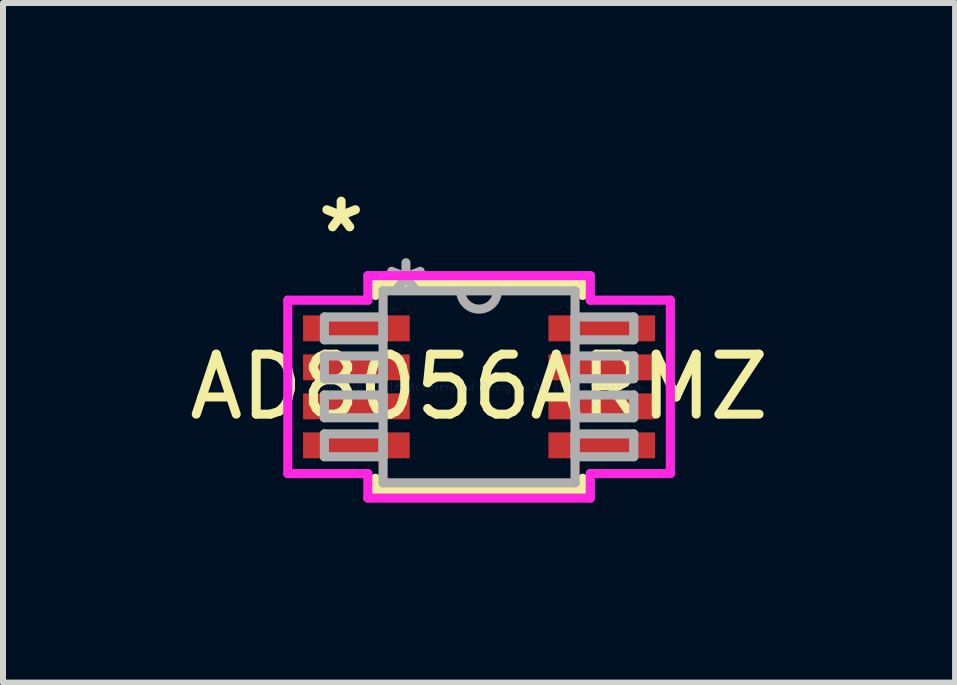
<source format=kicad_pcb>
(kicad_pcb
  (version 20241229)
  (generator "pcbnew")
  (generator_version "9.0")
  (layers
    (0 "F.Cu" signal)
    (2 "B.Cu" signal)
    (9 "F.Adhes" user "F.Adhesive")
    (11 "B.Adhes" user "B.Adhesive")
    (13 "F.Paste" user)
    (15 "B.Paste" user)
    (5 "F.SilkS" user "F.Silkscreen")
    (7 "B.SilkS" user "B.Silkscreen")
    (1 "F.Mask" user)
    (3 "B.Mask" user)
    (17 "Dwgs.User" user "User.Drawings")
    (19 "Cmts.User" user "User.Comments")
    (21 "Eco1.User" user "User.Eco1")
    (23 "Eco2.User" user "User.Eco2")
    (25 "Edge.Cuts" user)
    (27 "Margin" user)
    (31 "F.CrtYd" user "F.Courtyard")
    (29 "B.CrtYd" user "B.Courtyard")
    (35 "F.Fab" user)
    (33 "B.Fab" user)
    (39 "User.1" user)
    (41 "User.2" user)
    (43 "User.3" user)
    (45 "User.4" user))
  (footprint "AD8056ARMZ"
    (layer "F.Cu")
    (at 4.935 3.398)
    (property "Reference" "AD8056ARMZ" (at 0 0 0) (layer "F.SilkS") (effects (font (size 1 1) (thickness 0.15))))
    (attr through_hole)
    (fp_line (start -1.727 -1.727) (end -1.727 -1.524) (stroke (width 0.152) (type solid)) (layer "F.SilkS"))
    (fp_line (start -1.727 1.524) (end -1.727 1.727) (stroke (width 0.152) (type solid)) (layer "F.SilkS"))
    (fp_line (start -1.727 1.727) (end 1.727 1.727) (stroke (width 0.152) (type solid)) (layer "F.SilkS"))
    (fp_line (start 1.727 -1.727) (end -1.727 -1.727) (stroke (width 0.152) (type solid)) (layer "F.SilkS"))
    (fp_line (start 1.727 -1.524) (end 1.727 -1.727) (stroke (width 0.152) (type solid)) (layer "F.SilkS"))
    (fp_line (start 1.727 1.727) (end 1.727 1.524) (stroke (width 0.152) (type solid)) (layer "F.SilkS"))
    (fp_line (start -3.188 -1.445) (end -1.854 -1.445) (stroke (width 0.152) (type solid)) (layer "F.CrtYd"))
    (fp_line (start -3.188 1.445) (end -3.188 -1.445) (stroke (width 0.152) (type solid)) (layer "F.CrtYd"))
    (fp_line (start -1.854 -1.854) (end 1.854 -1.854) (stroke (width 0.152) (type solid)) (layer "F.CrtYd"))
    (fp_line (start -1.854 -1.445) (end -1.854 -1.854) (stroke (width 0.152) (type solid)) (layer "F.CrtYd"))
    (fp_line (start -1.854 1.445) (end -3.188 1.445) (stroke (width 0.152) (type solid)) (layer "F.CrtYd"))
    (fp_line (start -1.854 1.854) (end -1.854 1.445) (stroke (width 0.152) (type solid)) (layer "F.CrtYd"))
    (fp_line (start 1.854 -1.854) (end 1.854 -1.445) (stroke (width 0.152) (type solid)) (layer "F.CrtYd"))
    (fp_line (start 1.854 -1.445) (end 3.188 -1.445) (stroke (width 0.152) (type solid)) (layer "F.CrtYd"))
    (fp_line (start 1.854 1.445) (end 1.854 1.854) (stroke (width 0.152) (type solid)) (layer "F.CrtYd"))
    (fp_line (start 1.854 1.854) (end -1.854 1.854) (stroke (width 0.152) (type solid)) (layer "F.CrtYd"))
    (fp_line (start 3.188 -1.445) (end 3.188 1.445) (stroke (width 0.152) (type solid)) (layer "F.CrtYd"))
    (fp_line (start 3.188 1.445) (end 1.854 1.445) (stroke (width 0.152) (type solid)) (layer "F.CrtYd"))
    (fp_line (start -2.578 -1.165) (end -2.578 -0.784) (stroke (width 0.152) (type solid)) (layer "F.Fab"))
    (fp_line (start -2.578 -0.784) (end -1.6 -0.784) (stroke (width 0.152) (type solid)) (layer "F.Fab"))
    (fp_line (start -2.578 -0.515) (end -2.578 -0.135) (stroke (width 0.152) (type solid)) (layer "F.Fab"))
    (fp_line (start -2.578 -0.135) (end -1.6 -0.135) (stroke (width 0.152) (type solid)) (layer "F.Fab"))
    (fp_line (start -2.578 0.135) (end -2.578 0.515) (stroke (width 0.152) (type solid)) (layer "F.Fab"))
    (fp_line (start -2.578 0.515) (end -1.6 0.515) (stroke (width 0.152) (type solid)) (layer "F.Fab"))
    (fp_line (start -2.578 0.784) (end -2.578 1.165) (stroke (width 0.152) (type solid)) (layer "F.Fab"))
    (fp_line (start -2.578 1.165) (end -1.6 1.165) (stroke (width 0.152) (type solid)) (layer "F.Fab"))
    (fp_line (start -1.6 -1.6) (end -1.6 1.6) (stroke (width 0.152) (type solid)) (layer "F.Fab"))
    (fp_line (start -1.6 -1.165) (end -2.578 -1.165) (stroke (width 0.152) (type solid)) (layer "F.Fab"))
    (fp_line (start -1.6 -0.784) (end -1.6 -1.165) (stroke (width 0.152) (type solid)) (layer "F.Fab"))
    (fp_line (start -1.6 -0.515) (end -2.578 -0.515) (stroke (width 0.152) (type solid)) (layer "F.Fab"))
    (fp_line (start -1.6 -0.135) (end -1.6 -0.515) (stroke (width 0.152) (type solid)) (layer "F.Fab"))
    (fp_line (start -1.6 0.135) (end -2.578 0.135) (stroke (width 0.152) (type solid)) (layer "F.Fab"))
    (fp_line (start -1.6 0.515) (end -1.6 0.135) (stroke (width 0.152) (type solid)) (layer "F.Fab"))
    (fp_line (start -1.6 0.784) (end -2.578 0.784) (stroke (width 0.152) (type solid)) (layer "F.Fab"))
    (fp_line (start -1.6 1.165) (end -1.6 0.784) (stroke (width 0.152) (type solid)) (layer "F.Fab"))
    (fp_line (start -1.6 1.6) (end 1.6 1.6) (stroke (width 0.152) (type solid)) (layer "F.Fab"))
    (fp_line (start 1.6 -1.6) (end -1.6 -1.6) (stroke (width 0.152) (type solid)) (layer "F.Fab"))
    (fp_line (start 1.6 -1.165) (end 1.6 -0.784) (stroke (width 0.152) (type solid)) (layer "F.Fab"))
    (fp_line (start 1.6 -0.784) (end 2.578 -0.784) (stroke (width 0.152) (type solid)) (layer "F.Fab"))
    (fp_line (start 1.6 -0.515) (end 1.6 -0.135) (stroke (width 0.152) (type solid)) (layer "F.Fab"))
    (fp_line (start 1.6 -0.135) (end 2.578 -0.135) (stroke (width 0.152) (type solid)) (layer "F.Fab"))
    (fp_line (start 1.6 0.135) (end 1.6 0.515) (stroke (width 0.152) (type solid)) (layer "F.Fab"))
    (fp_line (start 1.6 0.515) (end 2.578 0.515) (stroke (width 0.152) (type solid)) (layer "F.Fab"))
    (fp_line (start 1.6 0.784) (end 1.6 1.165) (stroke (width 0.152) (type solid)) (layer "F.Fab"))
    (fp_line (start 1.6 1.165) (end 2.578 1.165) (stroke (width 0.152) (type solid)) (layer "F.Fab"))
    (fp_line (start 1.6 1.6) (end 1.6 -1.6) (stroke (width 0.152) (type solid)) (layer "F.Fab"))
    (fp_line (start 2.578 -1.165) (end 1.6 -1.165) (stroke (width 0.152) (type solid)) (layer "F.Fab"))
    (fp_line (start 2.578 -0.784) (end 2.578 -1.165) (stroke (width 0.152) (type solid)) (layer "F.Fab"))
    (fp_line (start 2.578 -0.515) (end 1.6 -0.515) (stroke (width 0.152) (type solid)) (layer "F.Fab"))
    (fp_line (start 2.578 -0.135) (end 2.578 -0.515) (stroke (width 0.152) (type solid)) (layer "F.Fab"))
    (fp_line (start 2.578 0.135) (end 1.6 0.135) (stroke (width 0.152) (type solid)) (layer "F.Fab"))
    (fp_line (start 2.578 0.515) (end 2.578 0.135) (stroke (width 0.152) (type solid)) (layer "F.Fab"))
    (fp_line (start 2.578 0.784) (end 1.6 0.784) (stroke (width 0.152) (type solid)) (layer "F.Fab"))
    (fp_line (start 2.578 1.165) (end 2.578 0.784) (stroke (width 0.152) (type solid)) (layer "F.Fab"))
    (fp_arc (start 0.3048 -1.6002) (mid 0 -1.2954) (end -0.3048 -1.6002) (stroke (width 0.1524) (type solid)) (layer "F.Fab"))
    (fp_text user "*" (at -2.299 -2.55 0) (layer "F.SilkS") (effects (font (size 1 1) (thickness 0.15))))
    (fp_text user "Copyright 2016 Accelerated Designs. All rights reserved." (at 0 0 0) (layer "Cmts.User") (effects (font (size 0.127 0.127) (thickness 0.002))))
    (fp_text user "*" (at -1.219 -1.524 0) (layer "F.Fab") (effects (font (size 1 1) (thickness 0.15))))
    (pad "1" smd rect (at -2.045 -0.975) (size 1.778 0.432) (layers "F.Cu" "F.Mask" "F.Paste"))
    (pad "2" smd rect (at -2.045 -0.325) (size 1.778 0.432) (layers "F.Cu" "F.Mask" "F.Paste"))
    (pad "3" smd rect (at -2.045 0.325) (size 1.778 0.432) (layers "F.Cu" "F.Mask" "F.Paste"))
    (pad "4" smd rect (at -2.045 0.975) (size 1.778 0.432) (layers "F.Cu" "F.Mask" "F.Paste"))
    (pad "5" smd rect (at 2.045 0.975) (size 1.778 0.432) (layers "F.Cu" "F.Mask" "F.Paste"))
    (pad "6" smd rect (at 2.045 0.325) (size 1.778 0.432) (layers "F.Cu" "F.Mask" "F.Paste"))
    (pad "7" smd rect (at 2.045 -0.325) (size 1.778 0.432) (layers "F.Cu" "F.Mask" "F.Paste"))
    (pad "8" smd rect (at 2.045 -0.975) (size 1.778 0.432) (layers "F.Cu" "F.Mask" "F.Paste")))
  (gr_rect
    (start -3 -3)
    (end 12.869 8.328)
    (stroke (width 0.1) (type default))
    (fill no)
    (layer "Edge.Cuts")))
</source>
